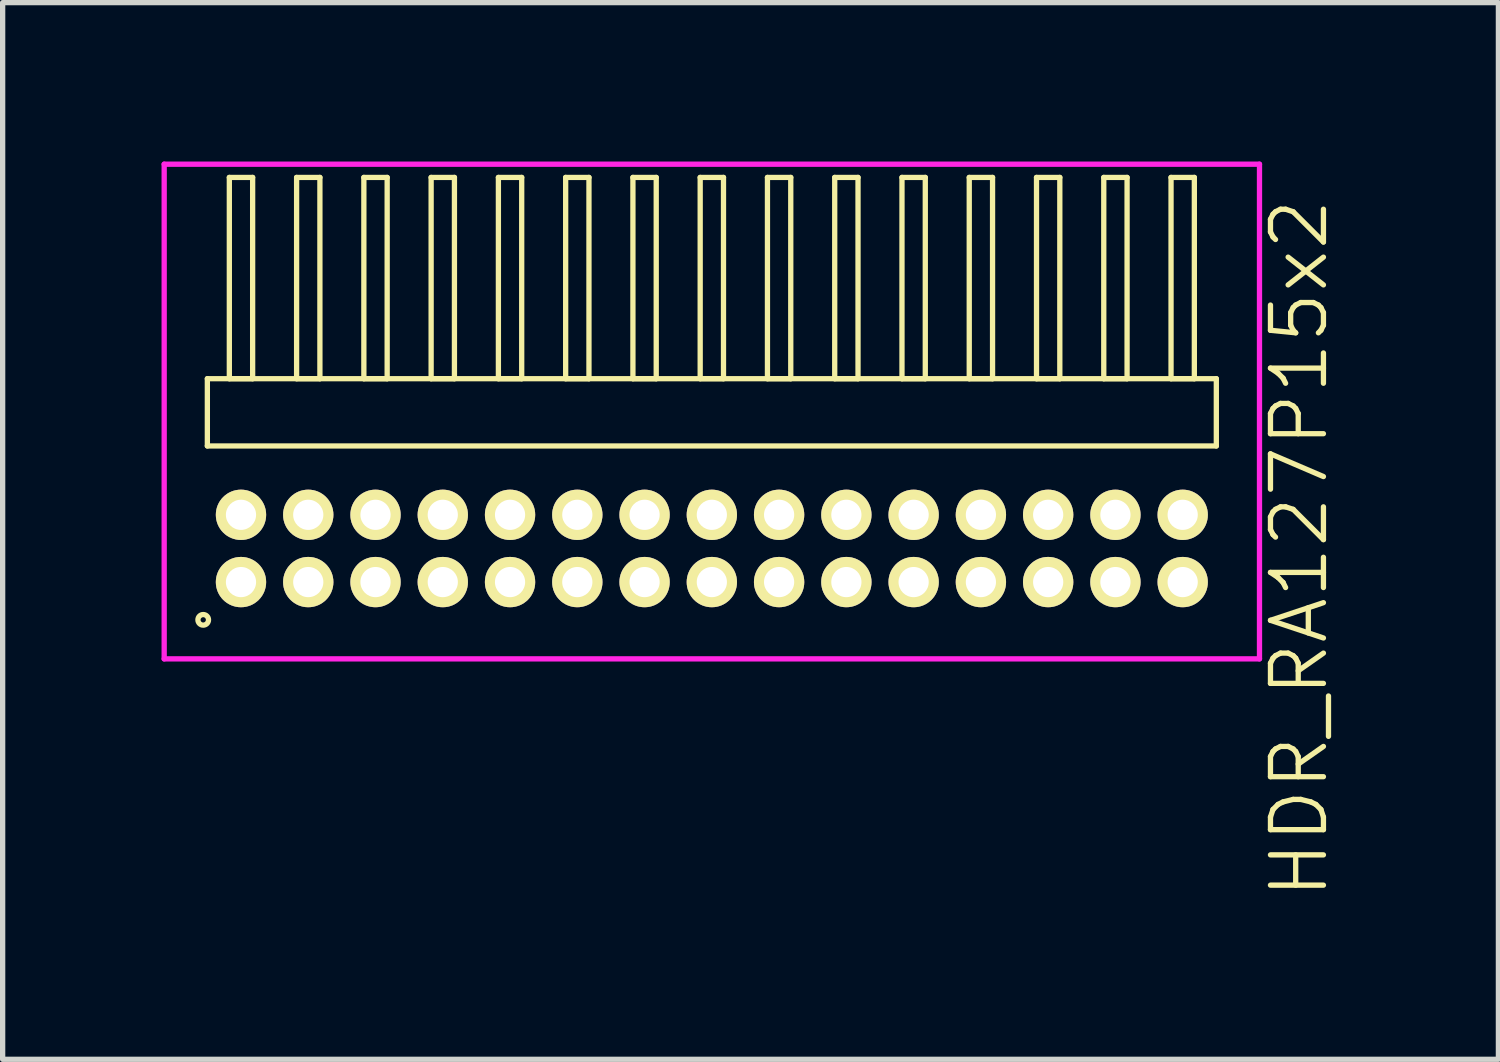
<source format=kicad_pcb>
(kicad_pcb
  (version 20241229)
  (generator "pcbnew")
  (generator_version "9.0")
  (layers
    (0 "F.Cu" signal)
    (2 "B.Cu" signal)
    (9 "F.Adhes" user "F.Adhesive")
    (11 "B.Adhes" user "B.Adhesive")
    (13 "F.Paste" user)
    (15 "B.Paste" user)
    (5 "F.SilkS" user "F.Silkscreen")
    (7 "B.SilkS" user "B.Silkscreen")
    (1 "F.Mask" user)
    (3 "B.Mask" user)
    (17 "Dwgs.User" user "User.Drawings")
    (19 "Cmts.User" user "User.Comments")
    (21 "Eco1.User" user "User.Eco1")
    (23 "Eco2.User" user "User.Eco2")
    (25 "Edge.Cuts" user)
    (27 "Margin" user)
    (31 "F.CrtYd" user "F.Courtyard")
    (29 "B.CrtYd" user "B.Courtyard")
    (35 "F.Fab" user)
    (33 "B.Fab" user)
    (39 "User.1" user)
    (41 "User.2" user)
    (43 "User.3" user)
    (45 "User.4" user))
  (footprint "HDR_RA127P15x2"
    (layer "F.Cu")
    (at 10.39 7.305)
    (property "Reference" "HDR_RA127P15x2" (at 11.09 0 90) (layer "F.SilkS") (effects (font (size 1 1) (thickness 0.1))))
    (attr through_hole)
    (fp_line (start -9.525 -3.205) (end -9.525 -1.935) (stroke (width 0.1) (type solid)) (layer "F.SilkS"))
    (fp_line (start -9.525 -1.935) (end 9.525 -1.935) (stroke (width 0.1) (type solid)) (layer "F.SilkS"))
    (fp_line (start -9.11 -7.005) (end -9.11 -3.205) (stroke (width 0.1) (type solid)) (layer "F.SilkS"))
    (fp_line (start -9.11 -3.205) (end -8.67 -3.205) (stroke (width 0.1) (type solid)) (layer "F.SilkS"))
    (fp_line (start -8.67 -7.005) (end -9.11 -7.005) (stroke (width 0.1) (type solid)) (layer "F.SilkS"))
    (fp_line (start -8.67 -3.205) (end -8.67 -7.005) (stroke (width 0.1) (type solid)) (layer "F.SilkS"))
    (fp_line (start -7.84 -7.005) (end -7.84 -3.205) (stroke (width 0.1) (type solid)) (layer "F.SilkS"))
    (fp_line (start -7.84 -3.205) (end -7.4 -3.205) (stroke (width 0.1) (type solid)) (layer "F.SilkS"))
    (fp_line (start -7.4 -7.005) (end -7.84 -7.005) (stroke (width 0.1) (type solid)) (layer "F.SilkS"))
    (fp_line (start -7.4 -3.205) (end -7.4 -7.005) (stroke (width 0.1) (type solid)) (layer "F.SilkS"))
    (fp_line (start -6.57 -7.005) (end -6.57 -3.205) (stroke (width 0.1) (type solid)) (layer "F.SilkS"))
    (fp_line (start -6.57 -3.205) (end -6.13 -3.205) (stroke (width 0.1) (type solid)) (layer "F.SilkS"))
    (fp_line (start -6.13 -7.005) (end -6.57 -7.005) (stroke (width 0.1) (type solid)) (layer "F.SilkS"))
    (fp_line (start -6.13 -3.205) (end -6.13 -7.005) (stroke (width 0.1) (type solid)) (layer "F.SilkS"))
    (fp_line (start -5.3 -7.005) (end -5.3 -3.205) (stroke (width 0.1) (type solid)) (layer "F.SilkS"))
    (fp_line (start -5.3 -3.205) (end -4.86 -3.205) (stroke (width 0.1) (type solid)) (layer "F.SilkS"))
    (fp_line (start -4.86 -7.005) (end -5.3 -7.005) (stroke (width 0.1) (type solid)) (layer "F.SilkS"))
    (fp_line (start -4.86 -3.205) (end -4.86 -7.005) (stroke (width 0.1) (type solid)) (layer "F.SilkS"))
    (fp_line (start -4.03 -7.005) (end -4.03 -3.205) (stroke (width 0.1) (type solid)) (layer "F.SilkS"))
    (fp_line (start -4.03 -3.205) (end -3.59 -3.205) (stroke (width 0.1) (type solid)) (layer "F.SilkS"))
    (fp_line (start -3.59 -7.005) (end -4.03 -7.005) (stroke (width 0.1) (type solid)) (layer "F.SilkS"))
    (fp_line (start -3.59 -3.205) (end -3.59 -7.005) (stroke (width 0.1) (type solid)) (layer "F.SilkS"))
    (fp_line (start -2.76 -7.005) (end -2.76 -3.205) (stroke (width 0.1) (type solid)) (layer "F.SilkS"))
    (fp_line (start -2.76 -3.205) (end -2.32 -3.205) (stroke (width 0.1) (type solid)) (layer "F.SilkS"))
    (fp_line (start -2.32 -7.005) (end -2.76 -7.005) (stroke (width 0.1) (type solid)) (layer "F.SilkS"))
    (fp_line (start -2.32 -3.205) (end -2.32 -7.005) (stroke (width 0.1) (type solid)) (layer "F.SilkS"))
    (fp_line (start -1.49 -7.005) (end -1.49 -3.205) (stroke (width 0.1) (type solid)) (layer "F.SilkS"))
    (fp_line (start -1.49 -3.205) (end -1.05 -3.205) (stroke (width 0.1) (type solid)) (layer "F.SilkS"))
    (fp_line (start -1.05 -7.005) (end -1.49 -7.005) (stroke (width 0.1) (type solid)) (layer "F.SilkS"))
    (fp_line (start -1.05 -3.205) (end -1.05 -7.005) (stroke (width 0.1) (type solid)) (layer "F.SilkS"))
    (fp_line (start -0.22 -7.005) (end -0.22 -3.205) (stroke (width 0.1) (type solid)) (layer "F.SilkS"))
    (fp_line (start -0.22 -3.205) (end 0.22 -3.205) (stroke (width 0.1) (type solid)) (layer "F.SilkS"))
    (fp_line (start 0.22 -7.005) (end -0.22 -7.005) (stroke (width 0.1) (type solid)) (layer "F.SilkS"))
    (fp_line (start 0.22 -3.205) (end 0.22 -7.005) (stroke (width 0.1) (type solid)) (layer "F.SilkS"))
    (fp_line (start 1.05 -7.005) (end 1.05 -3.205) (stroke (width 0.1) (type solid)) (layer "F.SilkS"))
    (fp_line (start 1.05 -3.205) (end 1.49 -3.205) (stroke (width 0.1) (type solid)) (layer "F.SilkS"))
    (fp_line (start 1.49 -7.005) (end 1.05 -7.005) (stroke (width 0.1) (type solid)) (layer "F.SilkS"))
    (fp_line (start 1.49 -3.205) (end 1.49 -7.005) (stroke (width 0.1) (type solid)) (layer "F.SilkS"))
    (fp_line (start 2.32 -7.005) (end 2.32 -3.205) (stroke (width 0.1) (type solid)) (layer "F.SilkS"))
    (fp_line (start 2.32 -3.205) (end 2.76 -3.205) (stroke (width 0.1) (type solid)) (layer "F.SilkS"))
    (fp_line (start 2.76 -7.005) (end 2.32 -7.005) (stroke (width 0.1) (type solid)) (layer "F.SilkS"))
    (fp_line (start 2.76 -3.205) (end 2.76 -7.005) (stroke (width 0.1) (type solid)) (layer "F.SilkS"))
    (fp_line (start 3.59 -7.005) (end 3.59 -3.205) (stroke (width 0.1) (type solid)) (layer "F.SilkS"))
    (fp_line (start 3.59 -3.205) (end 4.03 -3.205) (stroke (width 0.1) (type solid)) (layer "F.SilkS"))
    (fp_line (start 4.03 -7.005) (end 3.59 -7.005) (stroke (width 0.1) (type solid)) (layer "F.SilkS"))
    (fp_line (start 4.03 -3.205) (end 4.03 -7.005) (stroke (width 0.1) (type solid)) (layer "F.SilkS"))
    (fp_line (start 4.86 -7.005) (end 4.86 -3.205) (stroke (width 0.1) (type solid)) (layer "F.SilkS"))
    (fp_line (start 4.86 -3.205) (end 5.3 -3.205) (stroke (width 0.1) (type solid)) (layer "F.SilkS"))
    (fp_line (start 5.3 -7.005) (end 4.86 -7.005) (stroke (width 0.1) (type solid)) (layer "F.SilkS"))
    (fp_line (start 5.3 -3.205) (end 5.3 -7.005) (stroke (width 0.1) (type solid)) (layer "F.SilkS"))
    (fp_line (start 6.13 -7.005) (end 6.13 -3.205) (stroke (width 0.1) (type solid)) (layer "F.SilkS"))
    (fp_line (start 6.13 -3.205) (end 6.57 -3.205) (stroke (width 0.1) (type solid)) (layer "F.SilkS"))
    (fp_line (start 6.57 -7.005) (end 6.13 -7.005) (stroke (width 0.1) (type solid)) (layer "F.SilkS"))
    (fp_line (start 6.57 -3.205) (end 6.57 -7.005) (stroke (width 0.1) (type solid)) (layer "F.SilkS"))
    (fp_line (start 7.4 -7.005) (end 7.4 -3.205) (stroke (width 0.1) (type solid)) (layer "F.SilkS"))
    (fp_line (start 7.4 -3.205) (end 7.84 -3.205) (stroke (width 0.1) (type solid)) (layer "F.SilkS"))
    (fp_line (start 7.84 -7.005) (end 7.4 -7.005) (stroke (width 0.1) (type solid)) (layer "F.SilkS"))
    (fp_line (start 7.84 -3.205) (end 7.84 -7.005) (stroke (width 0.1) (type solid)) (layer "F.SilkS"))
    (fp_line (start 8.67 -7.005) (end 8.67 -3.205) (stroke (width 0.1) (type solid)) (layer "F.SilkS"))
    (fp_line (start 8.67 -3.205) (end 9.11 -3.205) (stroke (width 0.1) (type solid)) (layer "F.SilkS"))
    (fp_line (start 9.11 -7.005) (end 8.67 -7.005) (stroke (width 0.1) (type solid)) (layer "F.SilkS"))
    (fp_line (start 9.11 -3.205) (end 9.11 -7.005) (stroke (width 0.1) (type solid)) (layer "F.SilkS"))
    (fp_line (start 9.525 -3.205) (end -9.525 -3.205) (stroke (width 0.1) (type solid)) (layer "F.SilkS"))
    (fp_line (start 9.525 -1.935) (end 9.525 -3.205) (stroke (width 0.1) (type solid)) (layer "F.SilkS"))
    (fp_circle (center -9.603 1.348) (end -9.503 1.348) (stroke (width 0.1) (type solid)) (fill no) (layer "F.SilkS"))
    (fp_line (start -10.34 -7.255) (end -10.34 2.085) (stroke (width 0.1) (type solid)) (layer "F.CrtYd"))
    (fp_line (start -10.34 2.085) (end 10.34 2.085) (stroke (width 0.1) (type solid)) (layer "F.CrtYd"))
    (fp_line (start 10.34 -7.255) (end -10.34 -7.255) (stroke (width 0.1) (type solid)) (layer "F.CrtYd"))
    (fp_line (start 10.34 2.085) (end 10.34 -7.255) (stroke (width 0.1) (type solid)) (layer "F.CrtYd"))
    (pad "1" thru_hole oval (at -8.89 0.635) (size 0.95 0.95) (drill 0.57) (layers "*.Cu" "*.Mask" "F.SilkS"))
    (pad "2" thru_hole oval (at -8.89 -0.635) (size 0.95 0.95) (drill 0.57) (layers "*.Cu" "*.Mask" "F.SilkS"))
    (pad "3" thru_hole oval (at -7.62 0.635) (size 0.95 0.95) (drill 0.57) (layers "*.Cu" "*.Mask" "F.SilkS"))
    (pad "4" thru_hole oval (at -7.62 -0.635) (size 0.95 0.95) (drill 0.57) (layers "*.Cu" "*.Mask" "F.SilkS"))
    (pad "5" thru_hole oval (at -6.35 0.635) (size 0.95 0.95) (drill 0.57) (layers "*.Cu" "*.Mask" "F.SilkS"))
    (pad "6" thru_hole oval (at -6.35 -0.635) (size 0.95 0.95) (drill 0.57) (layers "*.Cu" "*.Mask" "F.SilkS"))
    (pad "7" thru_hole oval (at -5.08 0.635) (size 0.95 0.95) (drill 0.57) (layers "*.Cu" "*.Mask" "F.SilkS"))
    (pad "8" thru_hole oval (at -5.08 -0.635) (size 0.95 0.95) (drill 0.57) (layers "*.Cu" "*.Mask" "F.SilkS"))
    (pad "9" thru_hole oval (at -3.81 0.635) (size 0.95 0.95) (drill 0.57) (layers "*.Cu" "*.Mask" "F.SilkS"))
    (pad "10" thru_hole oval (at -3.81 -0.635) (size 0.95 0.95) (drill 0.57) (layers "*.Cu" "*.Mask" "F.SilkS"))
    (pad "11" thru_hole oval (at -2.54 0.635) (size 0.95 0.95) (drill 0.57) (layers "*.Cu" "*.Mask" "F.SilkS"))
    (pad "12" thru_hole oval (at -2.54 -0.635) (size 0.95 0.95) (drill 0.57) (layers "*.Cu" "*.Mask" "F.SilkS"))
    (pad "13" thru_hole oval (at -1.27 0.635) (size 0.95 0.95) (drill 0.57) (layers "*.Cu" "*.Mask" "F.SilkS"))
    (pad "14" thru_hole oval (at -1.27 -0.635) (size 0.95 0.95) (drill 0.57) (layers "*.Cu" "*.Mask" "F.SilkS"))
    (pad "15" thru_hole oval (at 0 0.635) (size 0.95 0.95) (drill 0.57) (layers "*.Cu" "*.Mask" "F.SilkS"))
    (pad "16" thru_hole oval (at 0 -0.635) (size 0.95 0.95) (drill 0.57) (layers "*.Cu" "*.Mask" "F.SilkS"))
    (pad "17" thru_hole oval (at 1.27 0.635) (size 0.95 0.95) (drill 0.57) (layers "*.Cu" "*.Mask" "F.SilkS"))
    (pad "18" thru_hole oval (at 1.27 -0.635) (size 0.95 0.95) (drill 0.57) (layers "*.Cu" "*.Mask" "F.SilkS"))
    (pad "19" thru_hole oval (at 2.54 0.635) (size 0.95 0.95) (drill 0.57) (layers "*.Cu" "*.Mask" "F.SilkS"))
    (pad "20" thru_hole oval (at 2.54 -0.635) (size 0.95 0.95) (drill 0.57) (layers "*.Cu" "*.Mask" "F.SilkS"))
    (pad "21" thru_hole oval (at 3.81 0.635) (size 0.95 0.95) (drill 0.57) (layers "*.Cu" "*.Mask" "F.SilkS"))
    (pad "22" thru_hole oval (at 3.81 -0.635) (size 0.95 0.95) (drill 0.57) (layers "*.Cu" "*.Mask" "F.SilkS"))
    (pad "23" thru_hole oval (at 5.08 0.635) (size 0.95 0.95) (drill 0.57) (layers "*.Cu" "*.Mask" "F.SilkS"))
    (pad "24" thru_hole oval (at 5.08 -0.635) (size 0.95 0.95) (drill 0.57) (layers "*.Cu" "*.Mask" "F.SilkS"))
    (pad "25" thru_hole oval (at 6.35 0.635) (size 0.95 0.95) (drill 0.57) (layers "*.Cu" "*.Mask" "F.SilkS"))
    (pad "26" thru_hole oval (at 6.35 -0.635) (size 0.95 0.95) (drill 0.57) (layers "*.Cu" "*.Mask" "F.SilkS"))
    (pad "27" thru_hole oval (at 7.62 0.635) (size 0.95 0.95) (drill 0.57) (layers "*.Cu" "*.Mask" "F.SilkS"))
    (pad "28" thru_hole oval (at 7.62 -0.635) (size 0.95 0.95) (drill 0.57) (layers "*.Cu" "*.Mask" "F.SilkS"))
    (pad "29" thru_hole oval (at 8.89 0.635) (size 0.95 0.95) (drill 0.57) (layers "*.Cu" "*.Mask" "F.SilkS"))
    (pad "30" thru_hole oval (at 8.89 -0.635) (size 0.95 0.95) (drill 0.57) (layers "*.Cu" "*.Mask" "F.SilkS")))
  (gr_rect
    (start -3 -3)
    (end 25.241 16.95)
    (stroke (width 0.1) (type default))
    (fill no)
    (layer "Edge.Cuts")))
</source>
